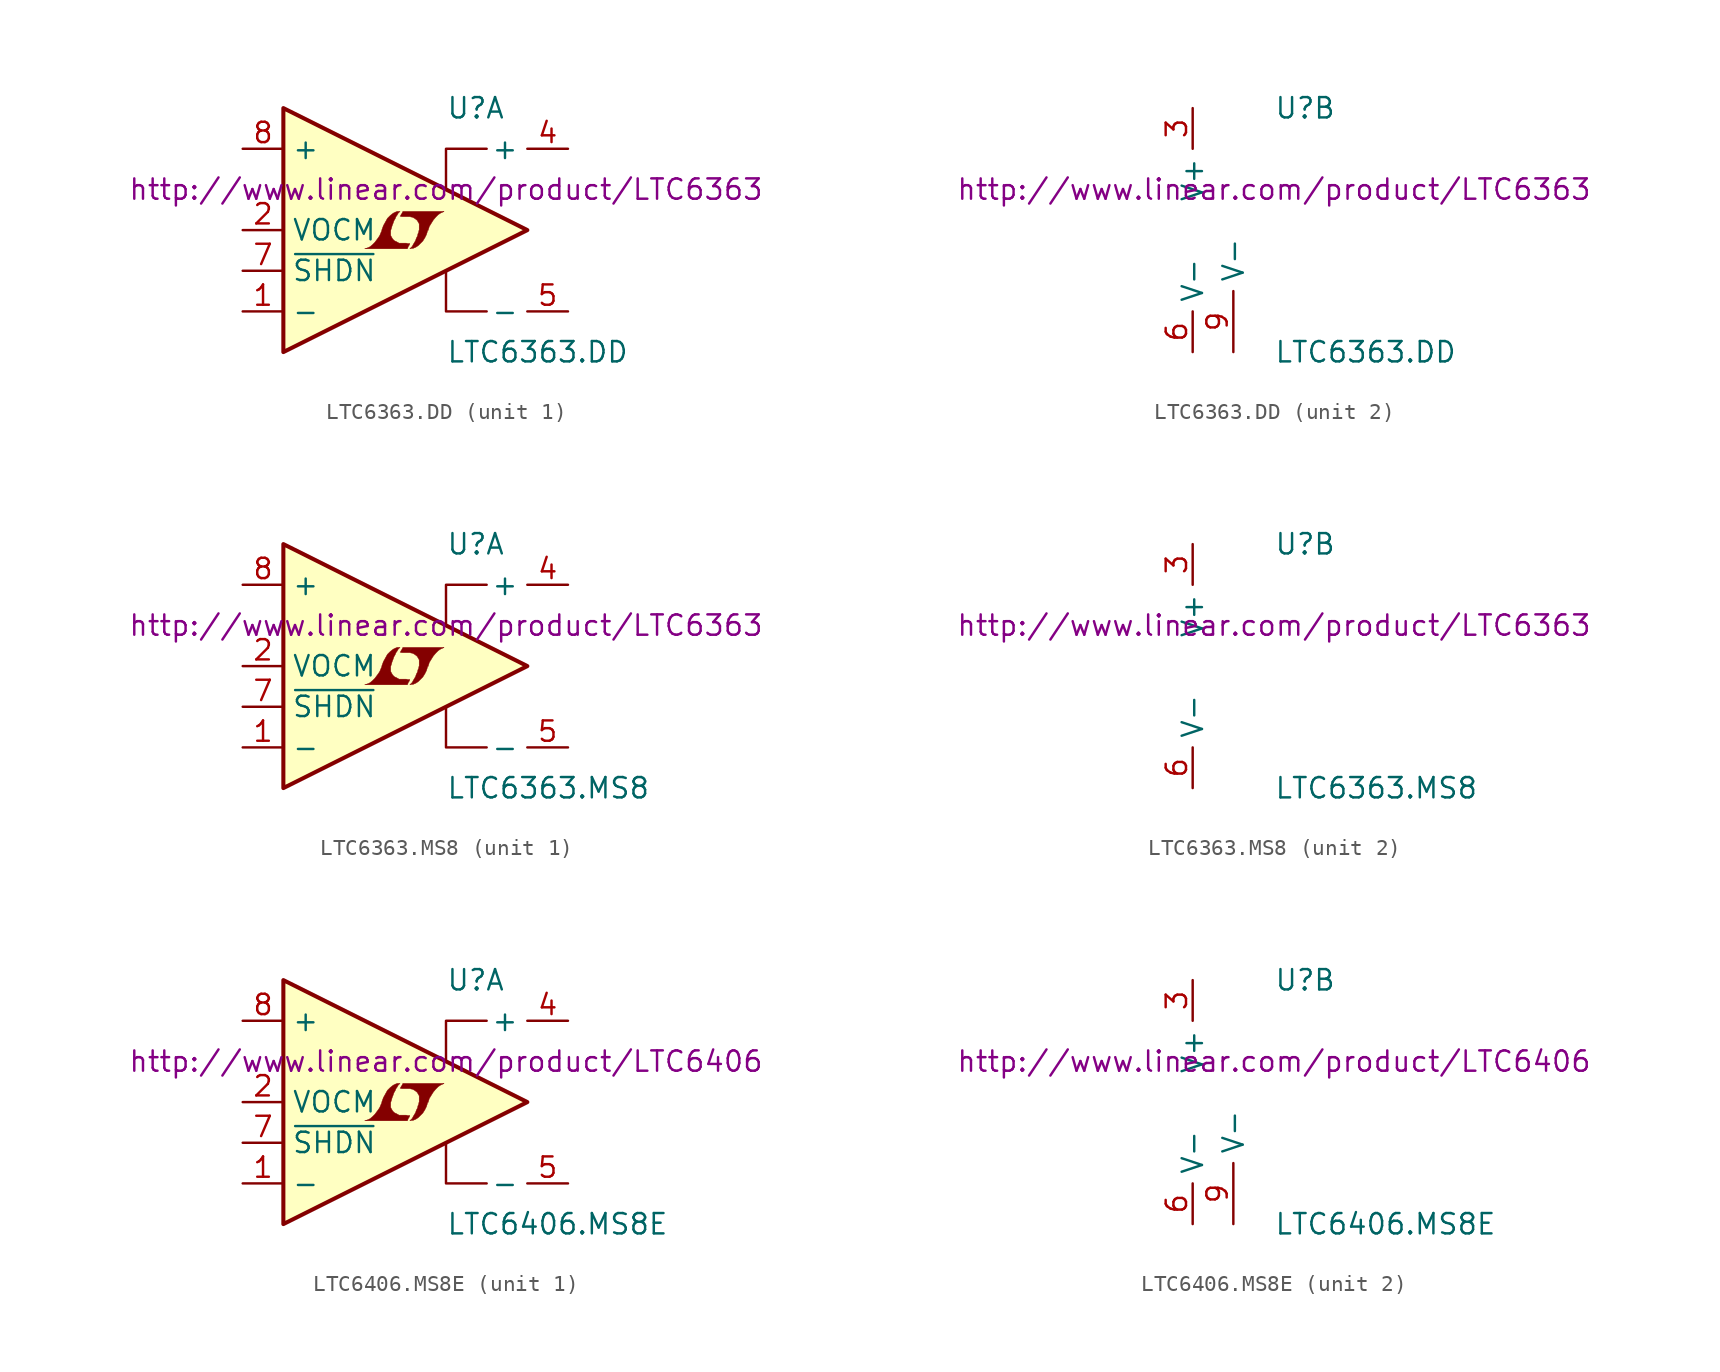
<source format=kicad_sym>
(kicad_symbol_lib
  (version 20201005)
  (generator kicad_symbol_editor)
  (symbol "LTC6363.DD"
    (property "Reference" "U"
      (at 5.08 7.62 0)
      (effects (font (size 1.27 1.27)) (justify left)))
    (property "Value" "LTC6363.DD"
      (at 5.08 -7.62 0)
      (effects (font (size 1.27 1.27)) (justify left)))
    (property "Datasheet" "http://www.linear.com/product/LTC6363"
      (at 5.08 2.54 0)
      (effects (font (size 1.27 1.27))))
    (property "ki_locked" ""
      (at 0 0 0)
      (effects (font (size 1.27 1.27))))
    (symbol "LTC6363.DD_1_0"
      (polyline (pts (xy 2.743 -0.991) (xy 2.769 -0.965) (xy 2.819 -0.864) (xy 2.819 -0.838) (xy 2.692 -0.838) (xy 2.591 -0.813) (xy 2.134 -0.813) (xy 2.108 -0.787) (xy 1.854 -0.66) (xy 1.753 -0.559) (xy 1.676 -0.432) (xy 1.626 -0.33) (xy 1.626 -0.025) (xy 1.676 0.127) (xy 1.702 0.229) (xy 1.727 0.305) (xy 1.778 0.432) (xy 1.829 0.584) (xy 1.905 0.711) (xy 1.956 0.838) (xy 2.032 0.94) (xy 2.083 1.041) (xy 2.21 1.168) (xy 2.032 1.168) (xy 1.905 1.118) (xy 1.803 1.067) (xy 1.727 1.016) (xy 1.6 0.914) (xy 1.422 0.737) (xy 1.168 0.279) (xy 1.067 0) (xy 1.067 -0.051) (xy 1.016 -0.152) (xy 0.965 -0.279) (xy 0.914 -0.381) (xy 0.787 -0.559) (xy 0.635 -0.762) (xy 0.483 -0.914) (xy 0.33 -1.041) (xy 0.152 -1.118) (xy 0 -1.168) (xy 2.667 -1.168) (xy 2.743 -0.991)) (stroke (width 0.025)) (fill (type outline)))
      (polyline (pts (xy 2.946 -1.143) (xy 3.023 -1.143) (xy 3.2 -1.067) (xy 3.353 -0.965) (xy 3.632 -0.686) (xy 3.759 -0.483) (xy 3.861 -0.279) (xy 3.937 -0.025) (xy 3.962 -0.025) (xy 4.039 0.229) (xy 4.293 0.635) (xy 4.445 0.813) (xy 4.597 0.965) (xy 4.75 1.067) (xy 4.928 1.143) (xy 4.953 1.143) (xy 4.953 1.168) (xy 2.388 1.168) (xy 2.311 1.016) (xy 2.286 0.991) (xy 2.235 0.889) (xy 2.21 0.864) (xy 2.261 0.864) (xy 2.311 0.838) (xy 2.845 0.838) (xy 2.896 0.813) (xy 2.946 0.813) (xy 3.023 0.787) (xy 3.15 0.711) (xy 3.277 0.61) (xy 3.353 0.483) (xy 3.378 0.432) (xy 3.404 0.406) (xy 3.404 0) (xy 3.378 -0.051) (xy 3.378 -0.127) (xy 3.327 -0.229) (xy 3.302 -0.356) (xy 3.226 -0.508) (xy 3.175 -0.66) (xy 3.023 -0.914) (xy 2.972 -1.016) (xy 2.819 -1.168) (xy 2.946 -1.143)) (stroke (width 0.025)) (fill (type outline))))
    (symbol "LTC6363.DD_1_1"
      (polyline (pts (xy 7.62 -5.08) (xy 5.08 -5.08) (xy 5.08 -2.54)) (stroke (width 0)) (fill (type none)))
      (polyline (pts (xy 7.62 5.08) (xy 5.08 5.08) (xy 5.08 2.54)) (stroke (width 0)) (fill (type none)))
      (polyline (pts (xy 10.16 0) (xy -5.08 7.62) (xy -5.08 -7.62) (xy 10.16 0)) (stroke (width 0.254)) (fill (type background)))
      (pin input line (at -7.62 -5.08 0) (length 2.54) (name "-" (effects (font (size 1.27 1.27)))) (number "1" (effects (font (size 1.27 1.27)))))
      (pin passive line (at -7.62 0 0) (length 2.54) (name "VOCM" (effects (font (size 1.27 1.27)))) (number "2" (effects (font (size 1.27 1.27)))))
      (pin output line (at 12.7 5.08 180) (length 2.54) (name "+" (effects (font (size 1.27 1.27)))) (number "4" (effects (font (size 1.27 1.27)))))
      (pin output line (at 12.7 -5.08 180) (length 2.54) (name "-" (effects (font (size 1.27 1.27)))) (number "5" (effects (font (size 1.27 1.27)))))
      (pin input line (at -7.62 -2.54 0) (length 2.54) (name "~SHDN~" (effects (font (size 1.27 1.27)))) (number "7" (effects (font (size 1.27 1.27)))))
      (pin input line (at -7.62 5.08 0) (length 2.54) (name "+" (effects (font (size 1.27 1.27)))) (number "8" (effects (font (size 1.27 1.27))))))
    (symbol "LTC6363.DD_2_1"
      (pin power_in line (at 0 7.62 270) (length 2.54) (name "V+" (effects (font (size 1.27 1.27)))) (number "3" (effects (font (size 1.27 1.27)))))
      (pin power_in line (at 0 -7.62 90) (length 2.54) (name "V-" (effects (font (size 1.27 1.27)))) (number "6" (effects (font (size 1.27 1.27)))))
      (pin power_in line (at 2.54 -7.62 90) (length 3.81) (name "V-" (effects (font (size 1.27 1.27)))) (number "9" (effects (font (size 1.27 1.27)))))))
  (symbol "LTC6363.MS8"
    (property "Reference" "U"
      (at 5.08 7.62 0)
      (effects (font (size 1.27 1.27)) (justify left)))
    (property "Value" "LTC6363.MS8"
      (at 5.08 -7.62 0)
      (effects (font (size 1.27 1.27)) (justify left)))
    (property "Datasheet" "http://www.linear.com/product/LTC6363"
      (at 5.08 2.54 0)
      (effects (font (size 1.27 1.27))))
    (property "ki_locked" ""
      (at 0 0 0)
      (effects (font (size 1.27 1.27))))
    (symbol "LTC6363.MS8_1_0"
      (polyline (pts (xy 2.743 -0.991) (xy 2.769 -0.965) (xy 2.819 -0.864) (xy 2.819 -0.838) (xy 2.692 -0.838) (xy 2.591 -0.813) (xy 2.134 -0.813) (xy 2.108 -0.787) (xy 1.854 -0.66) (xy 1.753 -0.559) (xy 1.676 -0.432) (xy 1.626 -0.33) (xy 1.626 -0.025) (xy 1.676 0.127) (xy 1.702 0.229) (xy 1.727 0.305) (xy 1.778 0.432) (xy 1.829 0.584) (xy 1.905 0.711) (xy 1.956 0.838) (xy 2.032 0.94) (xy 2.083 1.041) (xy 2.21 1.168) (xy 2.032 1.168) (xy 1.905 1.118) (xy 1.803 1.067) (xy 1.727 1.016) (xy 1.6 0.914) (xy 1.422 0.737) (xy 1.168 0.279) (xy 1.067 0) (xy 1.067 -0.051) (xy 1.016 -0.152) (xy 0.965 -0.279) (xy 0.914 -0.381) (xy 0.787 -0.559) (xy 0.635 -0.762) (xy 0.483 -0.914) (xy 0.33 -1.041) (xy 0.152 -1.118) (xy 0 -1.168) (xy 2.667 -1.168) (xy 2.743 -0.991)) (stroke (width 0.025)) (fill (type outline)))
      (polyline (pts (xy 2.946 -1.143) (xy 3.023 -1.143) (xy 3.2 -1.067) (xy 3.353 -0.965) (xy 3.632 -0.686) (xy 3.759 -0.483) (xy 3.861 -0.279) (xy 3.937 -0.025) (xy 3.962 -0.025) (xy 4.039 0.229) (xy 4.293 0.635) (xy 4.445 0.813) (xy 4.597 0.965) (xy 4.75 1.067) (xy 4.928 1.143) (xy 4.953 1.143) (xy 4.953 1.168) (xy 2.388 1.168) (xy 2.311 1.016) (xy 2.286 0.991) (xy 2.235 0.889) (xy 2.21 0.864) (xy 2.261 0.864) (xy 2.311 0.838) (xy 2.845 0.838) (xy 2.896 0.813) (xy 2.946 0.813) (xy 3.023 0.787) (xy 3.15 0.711) (xy 3.277 0.61) (xy 3.353 0.483) (xy 3.378 0.432) (xy 3.404 0.406) (xy 3.404 0) (xy 3.378 -0.051) (xy 3.378 -0.127) (xy 3.327 -0.229) (xy 3.302 -0.356) (xy 3.226 -0.508) (xy 3.175 -0.66) (xy 3.023 -0.914) (xy 2.972 -1.016) (xy 2.819 -1.168) (xy 2.946 -1.143)) (stroke (width 0.025)) (fill (type outline))))
    (symbol "LTC6363.MS8_1_1"
      (polyline (pts (xy 7.62 -5.08) (xy 5.08 -5.08) (xy 5.08 -2.54)) (stroke (width 0)) (fill (type none)))
      (polyline (pts (xy 7.62 5.08) (xy 5.08 5.08) (xy 5.08 2.54)) (stroke (width 0)) (fill (type none)))
      (polyline (pts (xy 10.16 0) (xy -5.08 7.62) (xy -5.08 -7.62) (xy 10.16 0)) (stroke (width 0.254)) (fill (type background)))
      (pin input line (at -7.62 -5.08 0) (length 2.54) (name "-" (effects (font (size 1.27 1.27)))) (number "1" (effects (font (size 1.27 1.27)))))
      (pin passive line (at -7.62 0 0) (length 2.54) (name "VOCM" (effects (font (size 1.27 1.27)))) (number "2" (effects (font (size 1.27 1.27)))))
      (pin output line (at 12.7 5.08 180) (length 2.54) (name "+" (effects (font (size 1.27 1.27)))) (number "4" (effects (font (size 1.27 1.27)))))
      (pin output line (at 12.7 -5.08 180) (length 2.54) (name "-" (effects (font (size 1.27 1.27)))) (number "5" (effects (font (size 1.27 1.27)))))
      (pin input line (at -7.62 -2.54 0) (length 2.54) (name "~SHDN~" (effects (font (size 1.27 1.27)))) (number "7" (effects (font (size 1.27 1.27)))))
      (pin input line (at -7.62 5.08 0) (length 2.54) (name "+" (effects (font (size 1.27 1.27)))) (number "8" (effects (font (size 1.27 1.27))))))
    (symbol "LTC6363.MS8_2_1"
      (pin power_in line (at 0 7.62 270) (length 2.54) (name "V+" (effects (font (size 1.27 1.27)))) (number "3" (effects (font (size 1.27 1.27)))))
      (pin power_in line (at 0 -7.62 90) (length 2.54) (name "V-" (effects (font (size 1.27 1.27)))) (number "6" (effects (font (size 1.27 1.27)))))))
  (symbol "LTC6406.MS8E"
    (property "Reference" "U"
      (at 5.08 7.62 0)
      (effects (font (size 1.27 1.27)) (justify left)))
    (property "Value" "LTC6406.MS8E"
      (at 5.08 -7.62 0)
      (effects (font (size 1.27 1.27)) (justify left)))
    (property "Datasheet" "http://www.linear.com/product/LTC6406"
      (at 5.08 2.54 0)
      (effects (font (size 1.27 1.27))))
    (property "ki_locked" ""
      (at 0 0 0)
      (effects (font (size 1.27 1.27))))
    (symbol "LTC6406.MS8E_1_0"
      (polyline (pts (xy 2.743 -0.991) (xy 2.769 -0.965) (xy 2.819 -0.864) (xy 2.819 -0.838) (xy 2.692 -0.838) (xy 2.591 -0.813) (xy 2.134 -0.813) (xy 2.108 -0.787) (xy 1.854 -0.66) (xy 1.753 -0.559) (xy 1.676 -0.432) (xy 1.626 -0.33) (xy 1.626 -0.025) (xy 1.676 0.127) (xy 1.702 0.229) (xy 1.727 0.305) (xy 1.778 0.432) (xy 1.829 0.584) (xy 1.905 0.711) (xy 1.956 0.838) (xy 2.032 0.94) (xy 2.083 1.041) (xy 2.21 1.168) (xy 2.032 1.168) (xy 1.905 1.118) (xy 1.803 1.067) (xy 1.727 1.016) (xy 1.6 0.914) (xy 1.422 0.737) (xy 1.168 0.279) (xy 1.067 0) (xy 1.067 -0.051) (xy 1.016 -0.152) (xy 0.965 -0.279) (xy 0.914 -0.381) (xy 0.787 -0.559) (xy 0.635 -0.762) (xy 0.483 -0.914) (xy 0.33 -1.041) (xy 0.152 -1.118) (xy 0 -1.168) (xy 2.667 -1.168) (xy 2.743 -0.991)) (stroke (width 0.025)) (fill (type outline)))
      (polyline (pts (xy 2.946 -1.143) (xy 3.023 -1.143) (xy 3.2 -1.067) (xy 3.353 -0.965) (xy 3.632 -0.686) (xy 3.759 -0.483) (xy 3.861 -0.279) (xy 3.937 -0.025) (xy 3.962 -0.025) (xy 4.039 0.229) (xy 4.293 0.635) (xy 4.445 0.813) (xy 4.597 0.965) (xy 4.75 1.067) (xy 4.928 1.143) (xy 4.953 1.143) (xy 4.953 1.168) (xy 2.388 1.168) (xy 2.311 1.016) (xy 2.286 0.991) (xy 2.235 0.889) (xy 2.21 0.864) (xy 2.261 0.864) (xy 2.311 0.838) (xy 2.845 0.838) (xy 2.896 0.813) (xy 2.946 0.813) (xy 3.023 0.787) (xy 3.15 0.711) (xy 3.277 0.61) (xy 3.353 0.483) (xy 3.378 0.432) (xy 3.404 0.406) (xy 3.404 0) (xy 3.378 -0.051) (xy 3.378 -0.127) (xy 3.327 -0.229) (xy 3.302 -0.356) (xy 3.226 -0.508) (xy 3.175 -0.66) (xy 3.023 -0.914) (xy 2.972 -1.016) (xy 2.819 -1.168) (xy 2.946 -1.143)) (stroke (width 0.025)) (fill (type outline))))
    (symbol "LTC6406.MS8E_1_1"
      (polyline (pts (xy 7.62 -5.08) (xy 5.08 -5.08) (xy 5.08 -2.54)) (stroke (width 0)) (fill (type none)))
      (polyline (pts (xy 7.62 5.08) (xy 5.08 5.08) (xy 5.08 2.54)) (stroke (width 0)) (fill (type none)))
      (polyline (pts (xy 10.16 0) (xy -5.08 7.62) (xy -5.08 -7.62) (xy 10.16 0)) (stroke (width 0.254)) (fill (type background)))
      (pin input line (at -7.62 -5.08 0) (length 2.54) (name "-" (effects (font (size 1.27 1.27)))) (number "1" (effects (font (size 1.27 1.27)))))
      (pin passive line (at -7.62 0 0) (length 2.54) (name "VOCM" (effects (font (size 1.27 1.27)))) (number "2" (effects (font (size 1.27 1.27)))))
      (pin output line (at 12.7 5.08 180) (length 2.54) (name "+" (effects (font (size 1.27 1.27)))) (number "4" (effects (font (size 1.27 1.27)))))
      (pin output line (at 12.7 -5.08 180) (length 2.54) (name "-" (effects (font (size 1.27 1.27)))) (number "5" (effects (font (size 1.27 1.27)))))
      (pin input line (at -7.62 -2.54 0) (length 2.54) (name "~SHDN~" (effects (font (size 1.27 1.27)))) (number "7" (effects (font (size 1.27 1.27)))))
      (pin input line (at -7.62 5.08 0) (length 2.54) (name "+" (effects (font (size 1.27 1.27)))) (number "8" (effects (font (size 1.27 1.27))))))
    (symbol "LTC6406.MS8E_2_1"
      (pin power_in line (at 0 7.62 270) (length 2.54) (name "V+" (effects (font (size 1.27 1.27)))) (number "3" (effects (font (size 1.27 1.27)))))
      (pin power_in line (at 0 -7.62 90) (length 2.54) (name "V-" (effects (font (size 1.27 1.27)))) (number "6" (effects (font (size 1.27 1.27)))))
      (pin power_in line (at 2.54 -7.62 90) (length 3.81) (name "V-" (effects (font (size 1.27 1.27)))) (number "9" (effects (font (size 1.27 1.27))))))))
</source>
